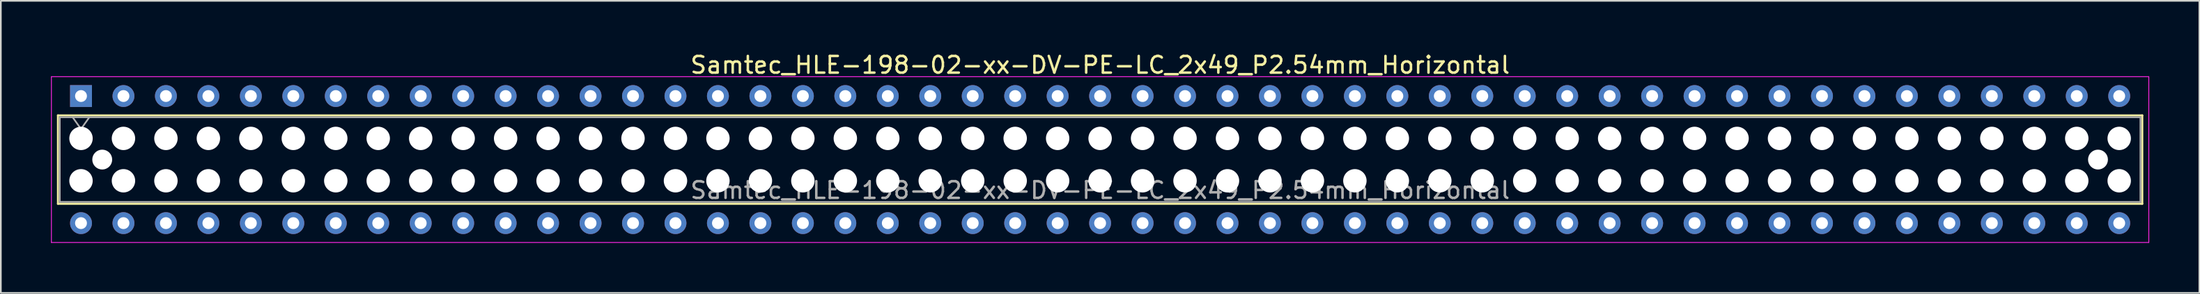
<source format=kicad_pcb>
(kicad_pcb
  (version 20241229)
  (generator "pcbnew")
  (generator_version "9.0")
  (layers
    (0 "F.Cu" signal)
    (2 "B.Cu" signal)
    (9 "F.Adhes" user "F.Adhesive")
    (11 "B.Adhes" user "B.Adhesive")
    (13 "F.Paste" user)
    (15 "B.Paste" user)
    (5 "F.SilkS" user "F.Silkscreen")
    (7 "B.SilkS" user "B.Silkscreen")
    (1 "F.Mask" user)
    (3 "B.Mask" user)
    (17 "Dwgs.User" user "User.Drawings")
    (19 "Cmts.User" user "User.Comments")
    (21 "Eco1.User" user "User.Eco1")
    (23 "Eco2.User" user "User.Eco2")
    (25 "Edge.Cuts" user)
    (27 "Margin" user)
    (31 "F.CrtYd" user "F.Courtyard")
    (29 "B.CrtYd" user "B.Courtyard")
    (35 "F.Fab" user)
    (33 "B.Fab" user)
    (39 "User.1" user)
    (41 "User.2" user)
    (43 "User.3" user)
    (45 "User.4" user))
  (footprint "Samtec_HLE-198-02-xx-DV-PE-LC_2x49_P2.54mm_Horizontal"
    (layer "F.Cu")
    (at 1.795 2.708)
    (property "Reference" "Samtec_HLE-198-02-xx-DV-PE-LC_2x49_P2.54mm_Horizontal" (at 60.96 -1.86 0) (layer "F.SilkS") (effects (font (size 1 1) (thickness 0.15))))
    (attr through_hole)
    (fp_line (start -1.38 1.16) (end 123.3 1.16) (stroke (width 0.12) (type solid)) (layer "F.SilkS"))
    (fp_line (start -1.38 6.46) (end -1.38 1.16) (stroke (width 0.12) (type solid)) (layer "F.SilkS"))
    (fp_line (start 123.3 1.16) (end 123.3 6.46) (stroke (width 0.12) (type solid)) (layer "F.SilkS"))
    (fp_line (start 123.3 6.46) (end -1.38 6.46) (stroke (width 0.12) (type solid)) (layer "F.SilkS"))
    (fp_line (start -1.77 -1.16) (end 123.69 -1.16) (stroke (width 0.05) (type solid)) (layer "F.CrtYd"))
    (fp_line (start -1.77 8.78) (end -1.77 -1.16) (stroke (width 0.05) (type solid)) (layer "F.CrtYd"))
    (fp_line (start 123.69 -1.16) (end 123.69 8.78) (stroke (width 0.05) (type solid)) (layer "F.CrtYd"))
    (fp_line (start 123.69 8.78) (end -1.77 8.78) (stroke (width 0.05) (type solid)) (layer "F.CrtYd"))
    (fp_line (start -1.27 1.27) (end 123.19 1.27) (stroke (width 0.1) (type solid)) (layer "F.Fab"))
    (fp_line (start -1.27 6.35) (end -1.27 1.27) (stroke (width 0.1) (type solid)) (layer "F.Fab"))
    (fp_line (start -0.5 1.27) (end 0 1.977) (stroke (width 0.1) (type solid)) (layer "F.Fab"))
    (fp_line (start 0 1.977) (end 0.5 1.27) (stroke (width 0.1) (type solid)) (layer "F.Fab"))
    (fp_line (start 123.19 1.27) (end 123.19 6.35) (stroke (width 0.1) (type solid)) (layer "F.Fab"))
    (fp_line (start 123.19 6.35) (end -1.27 6.35) (stroke (width 0.1) (type solid)) (layer "F.Fab"))
    (fp_text user "${REFERENCE}" (at 60.96 5.65 0) (layer "F.Fab") (effects (font (size 1 1) (thickness 0.15))))
    (pad "" np_thru_hole circle (at 0 2.54) (size 1.4 1.4) (drill 1.4) (layers "*.Cu" "*.Mask"))
    (pad "" np_thru_hole circle (at 0 5.08) (size 1.4 1.4) (drill 1.4) (layers "*.Cu" "*.Mask"))
    (pad "" np_thru_hole circle (at 1.27 3.81) (size 1.19 1.19) (drill 1.19) (layers "*.Cu" "*.Mask"))
    (pad "" np_thru_hole circle (at 2.54 2.54) (size 1.4 1.4) (drill 1.4) (layers "*.Cu" "*.Mask"))
    (pad "" np_thru_hole circle (at 2.54 5.08) (size 1.4 1.4) (drill 1.4) (layers "*.Cu" "*.Mask"))
    (pad "" np_thru_hole circle (at 5.08 2.54) (size 1.4 1.4) (drill 1.4) (layers "*.Cu" "*.Mask"))
    (pad "" np_thru_hole circle (at 5.08 5.08) (size 1.4 1.4) (drill 1.4) (layers "*.Cu" "*.Mask"))
    (pad "" np_thru_hole circle (at 7.62 2.54) (size 1.4 1.4) (drill 1.4) (layers "*.Cu" "*.Mask"))
    (pad "" np_thru_hole circle (at 7.62 5.08) (size 1.4 1.4) (drill 1.4) (layers "*.Cu" "*.Mask"))
    (pad "" np_thru_hole circle (at 10.16 2.54) (size 1.4 1.4) (drill 1.4) (layers "*.Cu" "*.Mask"))
    (pad "" np_thru_hole circle (at 10.16 5.08) (size 1.4 1.4) (drill 1.4) (layers "*.Cu" "*.Mask"))
    (pad "" np_thru_hole circle (at 12.7 2.54) (size 1.4 1.4) (drill 1.4) (layers "*.Cu" "*.Mask"))
    (pad "" np_thru_hole circle (at 12.7 5.08) (size 1.4 1.4) (drill 1.4) (layers "*.Cu" "*.Mask"))
    (pad "" np_thru_hole circle (at 15.24 2.54) (size 1.4 1.4) (drill 1.4) (layers "*.Cu" "*.Mask"))
    (pad "" np_thru_hole circle (at 15.24 5.08) (size 1.4 1.4) (drill 1.4) (layers "*.Cu" "*.Mask"))
    (pad "" np_thru_hole circle (at 17.78 2.54) (size 1.4 1.4) (drill 1.4) (layers "*.Cu" "*.Mask"))
    (pad "" np_thru_hole circle (at 17.78 5.08) (size 1.4 1.4) (drill 1.4) (layers "*.Cu" "*.Mask"))
    (pad "" np_thru_hole circle (at 20.32 2.54) (size 1.4 1.4) (drill 1.4) (layers "*.Cu" "*.Mask"))
    (pad "" np_thru_hole circle (at 20.32 5.08) (size 1.4 1.4) (drill 1.4) (layers "*.Cu" "*.Mask"))
    (pad "" np_thru_hole circle (at 22.86 2.54) (size 1.4 1.4) (drill 1.4) (layers "*.Cu" "*.Mask"))
    (pad "" np_thru_hole circle (at 22.86 5.08) (size 1.4 1.4) (drill 1.4) (layers "*.Cu" "*.Mask"))
    (pad "" np_thru_hole circle (at 25.4 2.54) (size 1.4 1.4) (drill 1.4) (layers "*.Cu" "*.Mask"))
    (pad "" np_thru_hole circle (at 25.4 5.08) (size 1.4 1.4) (drill 1.4) (layers "*.Cu" "*.Mask"))
    (pad "" np_thru_hole circle (at 27.94 2.54) (size 1.4 1.4) (drill 1.4) (layers "*.Cu" "*.Mask"))
    (pad "" np_thru_hole circle (at 27.94 5.08) (size 1.4 1.4) (drill 1.4) (layers "*.Cu" "*.Mask"))
    (pad "" np_thru_hole circle (at 30.48 2.54) (size 1.4 1.4) (drill 1.4) (layers "*.Cu" "*.Mask"))
    (pad "" np_thru_hole circle (at 30.48 5.08) (size 1.4 1.4) (drill 1.4) (layers "*.Cu" "*.Mask"))
    (pad "" np_thru_hole circle (at 33.02 2.54) (size 1.4 1.4) (drill 1.4) (layers "*.Cu" "*.Mask"))
    (pad "" np_thru_hole circle (at 33.02 5.08) (size 1.4 1.4) (drill 1.4) (layers "*.Cu" "*.Mask"))
    (pad "" np_thru_hole circle (at 35.56 2.54) (size 1.4 1.4) (drill 1.4) (layers "*.Cu" "*.Mask"))
    (pad "" np_thru_hole circle (at 35.56 5.08) (size 1.4 1.4) (drill 1.4) (layers "*.Cu" "*.Mask"))
    (pad "" np_thru_hole circle (at 38.1 2.54) (size 1.4 1.4) (drill 1.4) (layers "*.Cu" "*.Mask"))
    (pad "" np_thru_hole circle (at 38.1 5.08) (size 1.4 1.4) (drill 1.4) (layers "*.Cu" "*.Mask"))
    (pad "" np_thru_hole circle (at 40.64 2.54) (size 1.4 1.4) (drill 1.4) (layers "*.Cu" "*.Mask"))
    (pad "" np_thru_hole circle (at 40.64 5.08) (size 1.4 1.4) (drill 1.4) (layers "*.Cu" "*.Mask"))
    (pad "" np_thru_hole circle (at 43.18 2.54) (size 1.4 1.4) (drill 1.4) (layers "*.Cu" "*.Mask"))
    (pad "" np_thru_hole circle (at 43.18 5.08) (size 1.4 1.4) (drill 1.4) (layers "*.Cu" "*.Mask"))
    (pad "" np_thru_hole circle (at 45.72 2.54) (size 1.4 1.4) (drill 1.4) (layers "*.Cu" "*.Mask"))
    (pad "" np_thru_hole circle (at 45.72 5.08) (size 1.4 1.4) (drill 1.4) (layers "*.Cu" "*.Mask"))
    (pad "" np_thru_hole circle (at 48.26 2.54) (size 1.4 1.4) (drill 1.4) (layers "*.Cu" "*.Mask"))
    (pad "" np_thru_hole circle (at 48.26 5.08) (size 1.4 1.4) (drill 1.4) (layers "*.Cu" "*.Mask"))
    (pad "" np_thru_hole circle (at 50.8 2.54) (size 1.4 1.4) (drill 1.4) (layers "*.Cu" "*.Mask"))
    (pad "" np_thru_hole circle (at 50.8 5.08) (size 1.4 1.4) (drill 1.4) (layers "*.Cu" "*.Mask"))
    (pad "" np_thru_hole circle (at 53.34 2.54) (size 1.4 1.4) (drill 1.4) (layers "*.Cu" "*.Mask"))
    (pad "" np_thru_hole circle (at 53.34 5.08) (size 1.4 1.4) (drill 1.4) (layers "*.Cu" "*.Mask"))
    (pad "" np_thru_hole circle (at 55.88 2.54) (size 1.4 1.4) (drill 1.4) (layers "*.Cu" "*.Mask"))
    (pad "" np_thru_hole circle (at 55.88 5.08) (size 1.4 1.4) (drill 1.4) (layers "*.Cu" "*.Mask"))
    (pad "" np_thru_hole circle (at 58.42 2.54) (size 1.4 1.4) (drill 1.4) (layers "*.Cu" "*.Mask"))
    (pad "" np_thru_hole circle (at 58.42 5.08) (size 1.4 1.4) (drill 1.4) (layers "*.Cu" "*.Mask"))
    (pad "" np_thru_hole circle (at 60.96 2.54) (size 1.4 1.4) (drill 1.4) (layers "*.Cu" "*.Mask"))
    (pad "" np_thru_hole circle (at 60.96 5.08) (size 1.4 1.4) (drill 1.4) (layers "*.Cu" "*.Mask"))
    (pad "" np_thru_hole circle (at 63.5 2.54) (size 1.4 1.4) (drill 1.4) (layers "*.Cu" "*.Mask"))
    (pad "" np_thru_hole circle (at 63.5 5.08) (size 1.4 1.4) (drill 1.4) (layers "*.Cu" "*.Mask"))
    (pad "" np_thru_hole circle (at 66.04 2.54) (size 1.4 1.4) (drill 1.4) (layers "*.Cu" "*.Mask"))
    (pad "" np_thru_hole circle (at 66.04 5.08) (size 1.4 1.4) (drill 1.4) (layers "*.Cu" "*.Mask"))
    (pad "" np_thru_hole circle (at 68.58 2.54) (size 1.4 1.4) (drill 1.4) (layers "*.Cu" "*.Mask"))
    (pad "" np_thru_hole circle (at 68.58 5.08) (size 1.4 1.4) (drill 1.4) (layers "*.Cu" "*.Mask"))
    (pad "" np_thru_hole circle (at 71.12 2.54) (size 1.4 1.4) (drill 1.4) (layers "*.Cu" "*.Mask"))
    (pad "" np_thru_hole circle (at 71.12 5.08) (size 1.4 1.4) (drill 1.4) (layers "*.Cu" "*.Mask"))
    (pad "" np_thru_hole circle (at 73.66 2.54) (size 1.4 1.4) (drill 1.4) (layers "*.Cu" "*.Mask"))
    (pad "" np_thru_hole circle (at 73.66 5.08) (size 1.4 1.4) (drill 1.4) (layers "*.Cu" "*.Mask"))
    (pad "" np_thru_hole circle (at 76.2 2.54) (size 1.4 1.4) (drill 1.4) (layers "*.Cu" "*.Mask"))
    (pad "" np_thru_hole circle (at 76.2 5.08) (size 1.4 1.4) (drill 1.4) (layers "*.Cu" "*.Mask"))
    (pad "" np_thru_hole circle (at 78.74 2.54) (size 1.4 1.4) (drill 1.4) (layers "*.Cu" "*.Mask"))
    (pad "" np_thru_hole circle (at 78.74 5.08) (size 1.4 1.4) (drill 1.4) (layers "*.Cu" "*.Mask"))
    (pad "" np_thru_hole circle (at 81.28 2.54) (size 1.4 1.4) (drill 1.4) (layers "*.Cu" "*.Mask"))
    (pad "" np_thru_hole circle (at 81.28 5.08) (size 1.4 1.4) (drill 1.4) (layers "*.Cu" "*.Mask"))
    (pad "" np_thru_hole circle (at 83.82 2.54) (size 1.4 1.4) (drill 1.4) (layers "*.Cu" "*.Mask"))
    (pad "" np_thru_hole circle (at 83.82 5.08) (size 1.4 1.4) (drill 1.4) (layers "*.Cu" "*.Mask"))
    (pad "" np_thru_hole circle (at 86.36 2.54) (size 1.4 1.4) (drill 1.4) (layers "*.Cu" "*.Mask"))
    (pad "" np_thru_hole circle (at 86.36 5.08) (size 1.4 1.4) (drill 1.4) (layers "*.Cu" "*.Mask"))
    (pad "" np_thru_hole circle (at 88.9 2.54) (size 1.4 1.4) (drill 1.4) (layers "*.Cu" "*.Mask"))
    (pad "" np_thru_hole circle (at 88.9 5.08) (size 1.4 1.4) (drill 1.4) (layers "*.Cu" "*.Mask"))
    (pad "" np_thru_hole circle (at 91.44 2.54) (size 1.4 1.4) (drill 1.4) (layers "*.Cu" "*.Mask"))
    (pad "" np_thru_hole circle (at 91.44 5.08) (size 1.4 1.4) (drill 1.4) (layers "*.Cu" "*.Mask"))
    (pad "" np_thru_hole circle (at 93.98 2.54) (size 1.4 1.4) (drill 1.4) (layers "*.Cu" "*.Mask"))
    (pad "" np_thru_hole circle (at 93.98 5.08) (size 1.4 1.4) (drill 1.4) (layers "*.Cu" "*.Mask"))
    (pad "" np_thru_hole circle (at 96.52 2.54) (size 1.4 1.4) (drill 1.4) (layers "*.Cu" "*.Mask"))
    (pad "" np_thru_hole circle (at 96.52 5.08) (size 1.4 1.4) (drill 1.4) (layers "*.Cu" "*.Mask"))
    (pad "" np_thru_hole circle (at 99.06 2.54) (size 1.4 1.4) (drill 1.4) (layers "*.Cu" "*.Mask"))
    (pad "" np_thru_hole circle (at 99.06 5.08) (size 1.4 1.4) (drill 1.4) (layers "*.Cu" "*.Mask"))
    (pad "" np_thru_hole circle (at 101.6 2.54) (size 1.4 1.4) (drill 1.4) (layers "*.Cu" "*.Mask"))
    (pad "" np_thru_hole circle (at 101.6 5.08) (size 1.4 1.4) (drill 1.4) (layers "*.Cu" "*.Mask"))
    (pad "" np_thru_hole circle (at 104.14 2.54) (size 1.4 1.4) (drill 1.4) (layers "*.Cu" "*.Mask"))
    (pad "" np_thru_hole circle (at 104.14 5.08) (size 1.4 1.4) (drill 1.4) (layers "*.Cu" "*.Mask"))
    (pad "" np_thru_hole circle (at 106.68 2.54) (size 1.4 1.4) (drill 1.4) (layers "*.Cu" "*.Mask"))
    (pad "" np_thru_hole circle (at 106.68 5.08) (size 1.4 1.4) (drill 1.4) (layers "*.Cu" "*.Mask"))
    (pad "" np_thru_hole circle (at 109.22 2.54) (size 1.4 1.4) (drill 1.4) (layers "*.Cu" "*.Mask"))
    (pad "" np_thru_hole circle (at 109.22 5.08) (size 1.4 1.4) (drill 1.4) (layers "*.Cu" "*.Mask"))
    (pad "" np_thru_hole circle (at 111.76 2.54) (size 1.4 1.4) (drill 1.4) (layers "*.Cu" "*.Mask"))
    (pad "" np_thru_hole circle (at 111.76 5.08) (size 1.4 1.4) (drill 1.4) (layers "*.Cu" "*.Mask"))
    (pad "" np_thru_hole circle (at 114.3 2.54) (size 1.4 1.4) (drill 1.4) (layers "*.Cu" "*.Mask"))
    (pad "" np_thru_hole circle (at 114.3 5.08) (size 1.4 1.4) (drill 1.4) (layers "*.Cu" "*.Mask"))
    (pad "" np_thru_hole circle (at 116.84 2.54) (size 1.4 1.4) (drill 1.4) (layers "*.Cu" "*.Mask"))
    (pad "" np_thru_hole circle (at 116.84 5.08) (size 1.4 1.4) (drill 1.4) (layers "*.Cu" "*.Mask"))
    (pad "" np_thru_hole circle (at 119.38 2.54) (size 1.4 1.4) (drill 1.4) (layers "*.Cu" "*.Mask"))
    (pad "" np_thru_hole circle (at 119.38 5.08) (size 1.4 1.4) (drill 1.4) (layers "*.Cu" "*.Mask"))
    (pad "" np_thru_hole circle (at 120.65 3.81) (size 1.19 1.19) (drill 1.19) (layers "*.Cu" "*.Mask"))
    (pad "" np_thru_hole circle (at 121.92 2.54) (size 1.4 1.4) (drill 1.4) (layers "*.Cu" "*.Mask"))
    (pad "" np_thru_hole circle (at 121.92 5.08) (size 1.4 1.4) (drill 1.4) (layers "*.Cu" "*.Mask"))
    (pad "1" thru_hole rect (at 0 0) (size 1.31 1.31) (drill 0.71) (layers "*.Cu" "*.Mask"))
    (pad "2" thru_hole circle (at 0 7.62) (size 1.31 1.31) (drill 0.71) (layers "*.Cu" "*.Mask"))
    (pad "3" thru_hole circle (at 2.54 0) (size 1.31 1.31) (drill 0.71) (layers "*.Cu" "*.Mask"))
    (pad "4" thru_hole circle (at 2.54 7.62) (size 1.31 1.31) (drill 0.71) (layers "*.Cu" "*.Mask"))
    (pad "5" thru_hole circle (at 5.08 0) (size 1.31 1.31) (drill 0.71) (layers "*.Cu" "*.Mask"))
    (pad "6" thru_hole circle (at 5.08 7.62) (size 1.31 1.31) (drill 0.71) (layers "*.Cu" "*.Mask"))
    (pad "7" thru_hole circle (at 7.62 0) (size 1.31 1.31) (drill 0.71) (layers "*.Cu" "*.Mask"))
    (pad "8" thru_hole circle (at 7.62 7.62) (size 1.31 1.31) (drill 0.71) (layers "*.Cu" "*.Mask"))
    (pad "9" thru_hole circle (at 10.16 0) (size 1.31 1.31) (drill 0.71) (layers "*.Cu" "*.Mask"))
    (pad "10" thru_hole circle (at 10.16 7.62) (size 1.31 1.31) (drill 0.71) (layers "*.Cu" "*.Mask"))
    (pad "11" thru_hole circle (at 12.7 0) (size 1.31 1.31) (drill 0.71) (layers "*.Cu" "*.Mask"))
    (pad "12" thru_hole circle (at 12.7 7.62) (size 1.31 1.31) (drill 0.71) (layers "*.Cu" "*.Mask"))
    (pad "13" thru_hole circle (at 15.24 0) (size 1.31 1.31) (drill 0.71) (layers "*.Cu" "*.Mask"))
    (pad "14" thru_hole circle (at 15.24 7.62) (size 1.31 1.31) (drill 0.71) (layers "*.Cu" "*.Mask"))
    (pad "15" thru_hole circle (at 17.78 0) (size 1.31 1.31) (drill 0.71) (layers "*.Cu" "*.Mask"))
    (pad "16" thru_hole circle (at 17.78 7.62) (size 1.31 1.31) (drill 0.71) (layers "*.Cu" "*.Mask"))
    (pad "17" thru_hole circle (at 20.32 0) (size 1.31 1.31) (drill 0.71) (layers "*.Cu" "*.Mask"))
    (pad "18" thru_hole circle (at 20.32 7.62) (size 1.31 1.31) (drill 0.71) (layers "*.Cu" "*.Mask"))
    (pad "19" thru_hole circle (at 22.86 0) (size 1.31 1.31) (drill 0.71) (layers "*.Cu" "*.Mask"))
    (pad "20" thru_hole circle (at 22.86 7.62) (size 1.31 1.31) (drill 0.71) (layers "*.Cu" "*.Mask"))
    (pad "21" thru_hole circle (at 25.4 0) (size 1.31 1.31) (drill 0.71) (layers "*.Cu" "*.Mask"))
    (pad "22" thru_hole circle (at 25.4 7.62) (size 1.31 1.31) (drill 0.71) (layers "*.Cu" "*.Mask"))
    (pad "23" thru_hole circle (at 27.94 0) (size 1.31 1.31) (drill 0.71) (layers "*.Cu" "*.Mask"))
    (pad "24" thru_hole circle (at 27.94 7.62) (size 1.31 1.31) (drill 0.71) (layers "*.Cu" "*.Mask"))
    (pad "25" thru_hole circle (at 30.48 0) (size 1.31 1.31) (drill 0.71) (layers "*.Cu" "*.Mask"))
    (pad "26" thru_hole circle (at 30.48 7.62) (size 1.31 1.31) (drill 0.71) (layers "*.Cu" "*.Mask"))
    (pad "27" thru_hole circle (at 33.02 0) (size 1.31 1.31) (drill 0.71) (layers "*.Cu" "*.Mask"))
    (pad "28" thru_hole circle (at 33.02 7.62) (size 1.31 1.31) (drill 0.71) (layers "*.Cu" "*.Mask"))
    (pad "29" thru_hole circle (at 35.56 0) (size 1.31 1.31) (drill 0.71) (layers "*.Cu" "*.Mask"))
    (pad "30" thru_hole circle (at 35.56 7.62) (size 1.31 1.31) (drill 0.71) (layers "*.Cu" "*.Mask"))
    (pad "31" thru_hole circle (at 38.1 0) (size 1.31 1.31) (drill 0.71) (layers "*.Cu" "*.Mask"))
    (pad "32" thru_hole circle (at 38.1 7.62) (size 1.31 1.31) (drill 0.71) (layers "*.Cu" "*.Mask"))
    (pad "33" thru_hole circle (at 40.64 0) (size 1.31 1.31) (drill 0.71) (layers "*.Cu" "*.Mask"))
    (pad "34" thru_hole circle (at 40.64 7.62) (size 1.31 1.31) (drill 0.71) (layers "*.Cu" "*.Mask"))
    (pad "35" thru_hole circle (at 43.18 0) (size 1.31 1.31) (drill 0.71) (layers "*.Cu" "*.Mask"))
    (pad "36" thru_hole circle (at 43.18 7.62) (size 1.31 1.31) (drill 0.71) (layers "*.Cu" "*.Mask"))
    (pad "37" thru_hole circle (at 45.72 0) (size 1.31 1.31) (drill 0.71) (layers "*.Cu" "*.Mask"))
    (pad "38" thru_hole circle (at 45.72 7.62) (size 1.31 1.31) (drill 0.71) (layers "*.Cu" "*.Mask"))
    (pad "39" thru_hole circle (at 48.26 0) (size 1.31 1.31) (drill 0.71) (layers "*.Cu" "*.Mask"))
    (pad "40" thru_hole circle (at 48.26 7.62) (size 1.31 1.31) (drill 0.71) (layers "*.Cu" "*.Mask"))
    (pad "41" thru_hole circle (at 50.8 0) (size 1.31 1.31) (drill 0.71) (layers "*.Cu" "*.Mask"))
    (pad "42" thru_hole circle (at 50.8 7.62) (size 1.31 1.31) (drill 0.71) (layers "*.Cu" "*.Mask"))
    (pad "43" thru_hole circle (at 53.34 0) (size 1.31 1.31) (drill 0.71) (layers "*.Cu" "*.Mask"))
    (pad "44" thru_hole circle (at 53.34 7.62) (size 1.31 1.31) (drill 0.71) (layers "*.Cu" "*.Mask"))
    (pad "45" thru_hole circle (at 55.88 0) (size 1.31 1.31) (drill 0.71) (layers "*.Cu" "*.Mask"))
    (pad "46" thru_hole circle (at 55.88 7.62) (size 1.31 1.31) (drill 0.71) (layers "*.Cu" "*.Mask"))
    (pad "47" thru_hole circle (at 58.42 0) (size 1.31 1.31) (drill 0.71) (layers "*.Cu" "*.Mask"))
    (pad "48" thru_hole circle (at 58.42 7.62) (size 1.31 1.31) (drill 0.71) (layers "*.Cu" "*.Mask"))
    (pad "49" thru_hole circle (at 60.96 0) (size 1.31 1.31) (drill 0.71) (layers "*.Cu" "*.Mask"))
    (pad "50" thru_hole circle (at 60.96 7.62) (size 1.31 1.31) (drill 0.71) (layers "*.Cu" "*.Mask"))
    (pad "51" thru_hole circle (at 63.5 0) (size 1.31 1.31) (drill 0.71) (layers "*.Cu" "*.Mask"))
    (pad "52" thru_hole circle (at 63.5 7.62) (size 1.31 1.31) (drill 0.71) (layers "*.Cu" "*.Mask"))
    (pad "53" thru_hole circle (at 66.04 0) (size 1.31 1.31) (drill 0.71) (layers "*.Cu" "*.Mask"))
    (pad "54" thru_hole circle (at 66.04 7.62) (size 1.31 1.31) (drill 0.71) (layers "*.Cu" "*.Mask"))
    (pad "55" thru_hole circle (at 68.58 0) (size 1.31 1.31) (drill 0.71) (layers "*.Cu" "*.Mask"))
    (pad "56" thru_hole circle (at 68.58 7.62) (size 1.31 1.31) (drill 0.71) (layers "*.Cu" "*.Mask"))
    (pad "57" thru_hole circle (at 71.12 0) (size 1.31 1.31) (drill 0.71) (layers "*.Cu" "*.Mask"))
    (pad "58" thru_hole circle (at 71.12 7.62) (size 1.31 1.31) (drill 0.71) (layers "*.Cu" "*.Mask"))
    (pad "59" thru_hole circle (at 73.66 0) (size 1.31 1.31) (drill 0.71) (layers "*.Cu" "*.Mask"))
    (pad "60" thru_hole circle (at 73.66 7.62) (size 1.31 1.31) (drill 0.71) (layers "*.Cu" "*.Mask"))
    (pad "61" thru_hole circle (at 76.2 0) (size 1.31 1.31) (drill 0.71) (layers "*.Cu" "*.Mask"))
    (pad "62" thru_hole circle (at 76.2 7.62) (size 1.31 1.31) (drill 0.71) (layers "*.Cu" "*.Mask"))
    (pad "63" thru_hole circle (at 78.74 0) (size 1.31 1.31) (drill 0.71) (layers "*.Cu" "*.Mask"))
    (pad "64" thru_hole circle (at 78.74 7.62) (size 1.31 1.31) (drill 0.71) (layers "*.Cu" "*.Mask"))
    (pad "65" thru_hole circle (at 81.28 0) (size 1.31 1.31) (drill 0.71) (layers "*.Cu" "*.Mask"))
    (pad "66" thru_hole circle (at 81.28 7.62) (size 1.31 1.31) (drill 0.71) (layers "*.Cu" "*.Mask"))
    (pad "67" thru_hole circle (at 83.82 0) (size 1.31 1.31) (drill 0.71) (layers "*.Cu" "*.Mask"))
    (pad "68" thru_hole circle (at 83.82 7.62) (size 1.31 1.31) (drill 0.71) (layers "*.Cu" "*.Mask"))
    (pad "69" thru_hole circle (at 86.36 0) (size 1.31 1.31) (drill 0.71) (layers "*.Cu" "*.Mask"))
    (pad "70" thru_hole circle (at 86.36 7.62) (size 1.31 1.31) (drill 0.71) (layers "*.Cu" "*.Mask"))
    (pad "71" thru_hole circle (at 88.9 0) (size 1.31 1.31) (drill 0.71) (layers "*.Cu" "*.Mask"))
    (pad "72" thru_hole circle (at 88.9 7.62) (size 1.31 1.31) (drill 0.71) (layers "*.Cu" "*.Mask"))
    (pad "73" thru_hole circle (at 91.44 0) (size 1.31 1.31) (drill 0.71) (layers "*.Cu" "*.Mask"))
    (pad "74" thru_hole circle (at 91.44 7.62) (size 1.31 1.31) (drill 0.71) (layers "*.Cu" "*.Mask"))
    (pad "75" thru_hole circle (at 93.98 0) (size 1.31 1.31) (drill 0.71) (layers "*.Cu" "*.Mask"))
    (pad "76" thru_hole circle (at 93.98 7.62) (size 1.31 1.31) (drill 0.71) (layers "*.Cu" "*.Mask"))
    (pad "77" thru_hole circle (at 96.52 0) (size 1.31 1.31) (drill 0.71) (layers "*.Cu" "*.Mask"))
    (pad "78" thru_hole circle (at 96.52 7.62) (size 1.31 1.31) (drill 0.71) (layers "*.Cu" "*.Mask"))
    (pad "79" thru_hole circle (at 99.06 0) (size 1.31 1.31) (drill 0.71) (layers "*.Cu" "*.Mask"))
    (pad "80" thru_hole circle (at 99.06 7.62) (size 1.31 1.31) (drill 0.71) (layers "*.Cu" "*.Mask"))
    (pad "81" thru_hole circle (at 101.6 0) (size 1.31 1.31) (drill 0.71) (layers "*.Cu" "*.Mask"))
    (pad "82" thru_hole circle (at 101.6 7.62) (size 1.31 1.31) (drill 0.71) (layers "*.Cu" "*.Mask"))
    (pad "83" thru_hole circle (at 104.14 0) (size 1.31 1.31) (drill 0.71) (layers "*.Cu" "*.Mask"))
    (pad "84" thru_hole circle (at 104.14 7.62) (size 1.31 1.31) (drill 0.71) (layers "*.Cu" "*.Mask"))
    (pad "85" thru_hole circle (at 106.68 0) (size 1.31 1.31) (drill 0.71) (layers "*.Cu" "*.Mask"))
    (pad "86" thru_hole circle (at 106.68 7.62) (size 1.31 1.31) (drill 0.71) (layers "*.Cu" "*.Mask"))
    (pad "87" thru_hole circle (at 109.22 0) (size 1.31 1.31) (drill 0.71) (layers "*.Cu" "*.Mask"))
    (pad "88" thru_hole circle (at 109.22 7.62) (size 1.31 1.31) (drill 0.71) (layers "*.Cu" "*.Mask"))
    (pad "89" thru_hole circle (at 111.76 0) (size 1.31 1.31) (drill 0.71) (layers "*.Cu" "*.Mask"))
    (pad "90" thru_hole circle (at 111.76 7.62) (size 1.31 1.31) (drill 0.71) (layers "*.Cu" "*.Mask"))
    (pad "91" thru_hole circle (at 114.3 0) (size 1.31 1.31) (drill 0.71) (layers "*.Cu" "*.Mask"))
    (pad "92" thru_hole circle (at 114.3 7.62) (size 1.31 1.31) (drill 0.71) (layers "*.Cu" "*.Mask"))
    (pad "93" thru_hole circle (at 116.84 0) (size 1.31 1.31) (drill 0.71) (layers "*.Cu" "*.Mask"))
    (pad "94" thru_hole circle (at 116.84 7.62) (size 1.31 1.31) (drill 0.71) (layers "*.Cu" "*.Mask"))
    (pad "95" thru_hole circle (at 119.38 0) (size 1.31 1.31) (drill 0.71) (layers "*.Cu" "*.Mask"))
    (pad "96" thru_hole circle (at 119.38 7.62) (size 1.31 1.31) (drill 0.71) (layers "*.Cu" "*.Mask"))
    (pad "97" thru_hole circle (at 121.92 0) (size 1.31 1.31) (drill 0.71) (layers "*.Cu" "*.Mask"))
    (pad "98" thru_hole circle (at 121.92 7.62) (size 1.31 1.31) (drill 0.71) (layers "*.Cu" "*.Mask")))
  (gr_rect
    (start -3 -3)
    (end 128.51 14.513)
    (stroke (width 0.1) (type default))
    (fill no)
    (layer "Edge.Cuts")))
</source>
